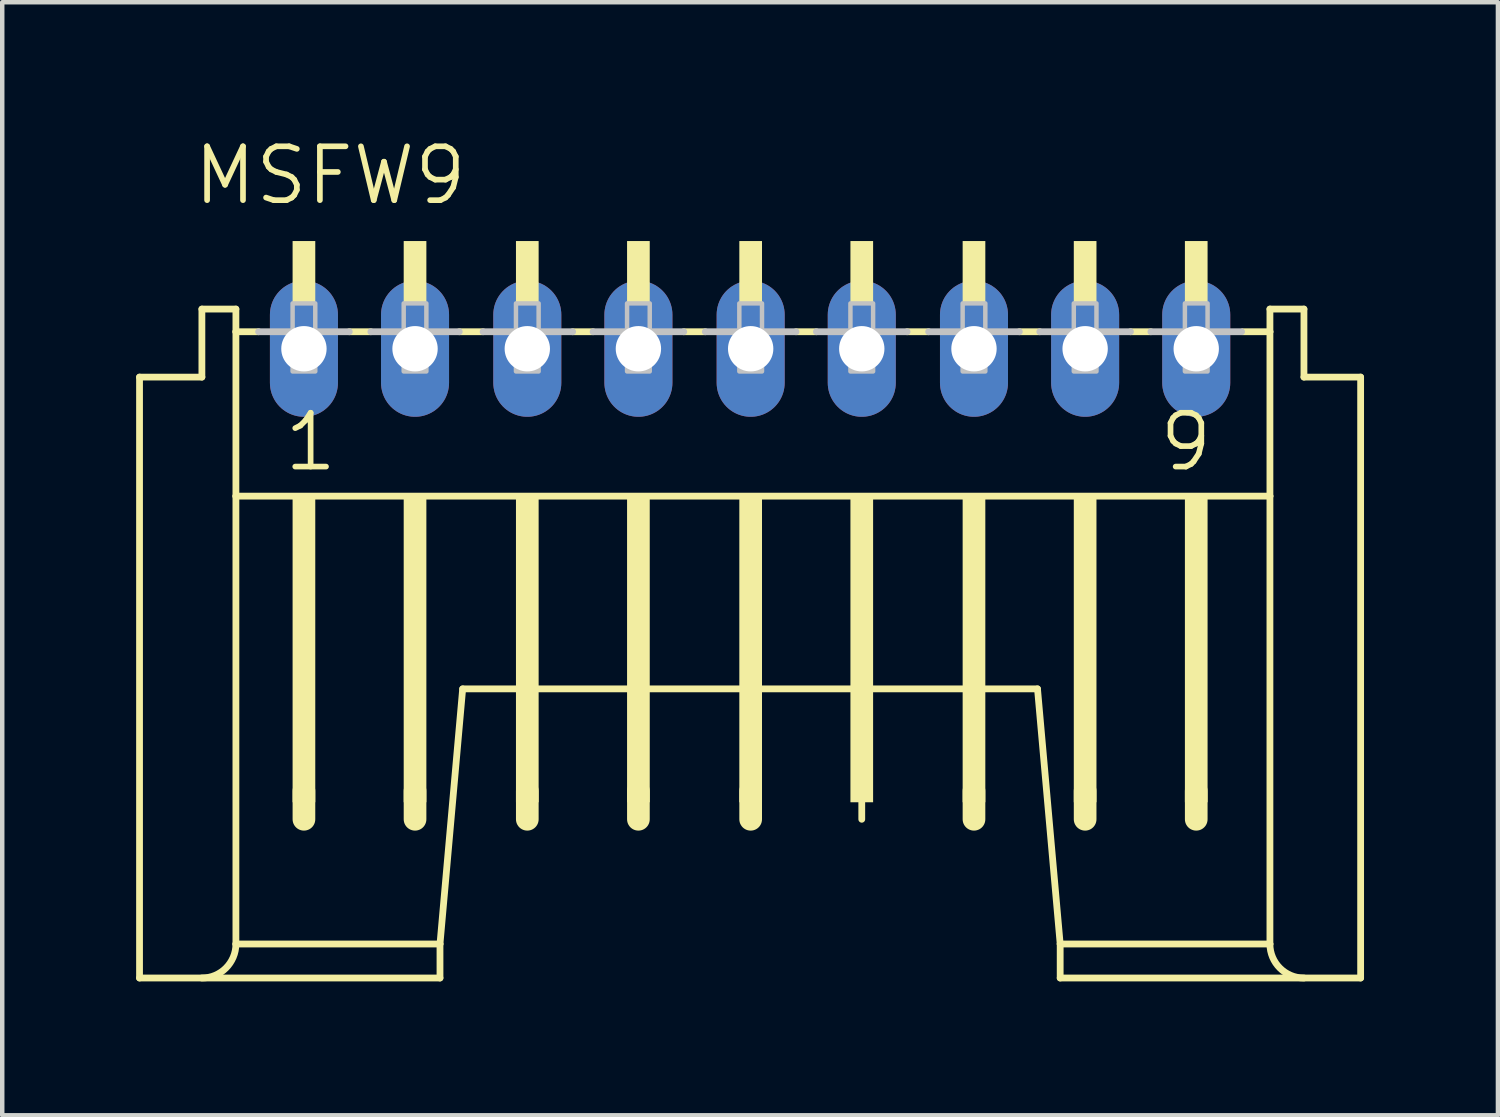
<source format=kicad_pcb>
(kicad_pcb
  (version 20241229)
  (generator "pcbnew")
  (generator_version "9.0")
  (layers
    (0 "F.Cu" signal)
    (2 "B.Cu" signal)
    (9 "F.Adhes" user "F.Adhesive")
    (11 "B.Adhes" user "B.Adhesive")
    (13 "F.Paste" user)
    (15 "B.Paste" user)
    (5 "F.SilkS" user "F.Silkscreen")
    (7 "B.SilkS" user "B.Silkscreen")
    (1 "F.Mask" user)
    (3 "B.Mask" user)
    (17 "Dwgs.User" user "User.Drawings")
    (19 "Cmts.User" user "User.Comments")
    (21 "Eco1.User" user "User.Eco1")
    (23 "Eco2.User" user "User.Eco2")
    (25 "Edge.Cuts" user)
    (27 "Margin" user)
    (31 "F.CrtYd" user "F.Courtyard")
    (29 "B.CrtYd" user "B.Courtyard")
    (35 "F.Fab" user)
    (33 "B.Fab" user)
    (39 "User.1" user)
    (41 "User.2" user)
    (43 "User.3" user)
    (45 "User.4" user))
  (footprint "MSFW9"
    (layer "F.Cu")
    (at 3.759 6.668)
    (property "Reference" "MSFW9" (at -2.54 -5.08 0) (layer "F.SilkS") (effects (font (size 1.206 1.206) (thickness 0.127)) (justify left bottom)))
    (attr through_hole)
    (fp_line (start -3.683 12.192) (end -3.683 -1.27) (stroke (width 0.152) (type solid)) (layer "F.SilkS"))
    (fp_line (start -3.683 12.192) (end 3.048 12.192) (stroke (width 0.152) (type solid)) (layer "F.SilkS"))
    (fp_line (start -2.286 -1.27) (end -3.683 -1.27) (stroke (width 0.152) (type solid)) (layer "F.SilkS"))
    (fp_line (start -2.286 -1.27) (end -2.286 -2.794) (stroke (width 0.152) (type solid)) (layer "F.SilkS"))
    (fp_line (start -1.524 -2.794) (end -2.286 -2.794) (stroke (width 0.152) (type solid)) (layer "F.SilkS"))
    (fp_line (start -1.524 -2.286) (end -1.524 -2.794) (stroke (width 0.152) (type solid)) (layer "F.SilkS"))
    (fp_line (start -1.524 1.397) (end -1.524 -2.286) (stroke (width 0.152) (type solid)) (layer "F.SilkS"))
    (fp_line (start -1.524 11.43) (end -1.524 1.397) (stroke (width 0.152) (type solid)) (layer "F.SilkS"))
    (fp_line (start -1.524 11.43) (end 3.048 11.43) (stroke (width 0.152) (type solid)) (layer "F.SilkS"))
    (fp_line (start -1.016 -2.286) (end -1.524 -2.286) (stroke (width 0.152) (type solid)) (layer "F.SilkS"))
    (fp_line (start 0 8.001) (end 0 8.636) (stroke (width 0.508) (type solid)) (layer "F.SilkS"))
    (fp_line (start 1.499 -2.286) (end 1.016 -2.286) (stroke (width 0.152) (type solid)) (layer "F.SilkS"))
    (fp_line (start 2.489 8.001) (end 2.489 8.636) (stroke (width 0.508) (type solid)) (layer "F.SilkS"))
    (fp_line (start 3.048 11.43) (end 3.556 5.715) (stroke (width 0.152) (type solid)) (layer "F.SilkS"))
    (fp_line (start 3.048 12.192) (end 3.048 11.43) (stroke (width 0.152) (type solid)) (layer "F.SilkS"))
    (fp_line (start 3.556 5.715) (end 16.434 5.715) (stroke (width 0.152) (type solid)) (layer "F.SilkS"))
    (fp_line (start 4.013 -2.286) (end 3.48 -2.286) (stroke (width 0.152) (type solid)) (layer "F.SilkS"))
    (fp_line (start 5.004 8.001) (end 5.004 8.636) (stroke (width 0.508) (type solid)) (layer "F.SilkS"))
    (fp_line (start 6.477 -2.286) (end 6.02 -2.286) (stroke (width 0.152) (type solid)) (layer "F.SilkS"))
    (fp_line (start 7.493 8.001) (end 7.493 8.636) (stroke (width 0.508) (type solid)) (layer "F.SilkS"))
    (fp_line (start 8.992 -2.286) (end 8.509 -2.286) (stroke (width 0.152) (type solid)) (layer "F.SilkS"))
    (fp_line (start 10.008 8.001) (end 10.008 8.636) (stroke (width 0.508) (type solid)) (layer "F.SilkS"))
    (fp_line (start 11.481 -2.286) (end 11.024 -2.286) (stroke (width 0.152) (type solid)) (layer "F.SilkS"))
    (fp_line (start 12.497 8.001) (end 12.497 8.636) (stroke (width 0.152) (type solid)) (layer "F.SilkS"))
    (fp_line (start 13.995 -2.286) (end 13.513 -2.286) (stroke (width 0.152) (type solid)) (layer "F.SilkS"))
    (fp_line (start 15.011 8.001) (end 15.011 8.636) (stroke (width 0.508) (type solid)) (layer "F.SilkS"))
    (fp_line (start 16.485 -2.286) (end 16.027 -2.286) (stroke (width 0.152) (type solid)) (layer "F.SilkS"))
    (fp_line (start 16.942 11.43) (end 16.434 5.715) (stroke (width 0.152) (type solid)) (layer "F.SilkS"))
    (fp_line (start 16.942 12.192) (end 16.942 11.43) (stroke (width 0.152) (type solid)) (layer "F.SilkS"))
    (fp_line (start 16.942 12.192) (end 23.673 12.192) (stroke (width 0.152) (type solid)) (layer "F.SilkS"))
    (fp_line (start 17.501 8.001) (end 17.501 8.636) (stroke (width 0.508) (type solid)) (layer "F.SilkS"))
    (fp_line (start 18.974 -2.286) (end 18.517 -2.286) (stroke (width 0.152) (type solid)) (layer "F.SilkS"))
    (fp_line (start 19.99 8.001) (end 19.99 8.636) (stroke (width 0.508) (type solid)) (layer "F.SilkS"))
    (fp_line (start 21.641 -2.794) (end 21.641 -2.286) (stroke (width 0.152) (type solid)) (layer "F.SilkS"))
    (fp_line (start 21.641 -2.286) (end 21.031 -2.286) (stroke (width 0.152) (type solid)) (layer "F.SilkS"))
    (fp_line (start 21.641 -2.286) (end 21.641 1.397) (stroke (width 0.152) (type solid)) (layer "F.SilkS"))
    (fp_line (start 21.641 1.397) (end -1.524 1.397) (stroke (width 0.152) (type solid)) (layer "F.SilkS"))
    (fp_line (start 21.641 1.397) (end 21.641 11.43) (stroke (width 0.152) (type solid)) (layer "F.SilkS"))
    (fp_line (start 21.641 11.43) (end 16.942 11.43) (stroke (width 0.152) (type solid)) (layer "F.SilkS"))
    (fp_line (start 22.403 -2.794) (end 21.641 -2.794) (stroke (width 0.152) (type solid)) (layer "F.SilkS"))
    (fp_line (start 22.403 -2.794) (end 22.403 -1.27) (stroke (width 0.152) (type solid)) (layer "F.SilkS"))
    (fp_line (start 23.673 -1.27) (end 22.403 -1.27) (stroke (width 0.152) (type solid)) (layer "F.SilkS"))
    (fp_line (start 23.673 -1.27) (end 23.673 12.192) (stroke (width 0.152) (type solid)) (layer "F.SilkS"))
    (fp_arc (start -1.524 11.43) (mid -1.747185 11.968815) (end -2.286 12.192) (stroke (width 0.1524) (type solid)) (layer "F.SilkS"))
    (fp_arc (start 22.4028 12.192) (mid 21.863985 11.968815) (end 21.6408 11.43) (stroke (width 0.1524) (type solid)) (layer "F.SilkS"))
    (fp_poly (pts (xy -0.254 -2.921) (xy 0.254 -2.921) (xy 0.254 -4.318) (xy -0.254 -4.318)) (stroke (width 0) (type solid)) (fill yes) (layer "F.SilkS"))
    (fp_poly (pts (xy -0.254 8.255) (xy 0.254 8.255) (xy 0.254 1.397) (xy -0.254 1.397)) (stroke (width 0) (type solid)) (fill yes) (layer "F.SilkS"))
    (fp_poly (pts (xy 2.235 -2.921) (xy 2.743 -2.921) (xy 2.743 -4.318) (xy 2.235 -4.318)) (stroke (width 0) (type solid)) (fill yes) (layer "F.SilkS"))
    (fp_poly (pts (xy 2.235 8.255) (xy 2.743 8.255) (xy 2.743 1.397) (xy 2.235 1.397)) (stroke (width 0) (type solid)) (fill yes) (layer "F.SilkS"))
    (fp_poly (pts (xy 4.75 -2.921) (xy 5.258 -2.921) (xy 5.258 -4.318) (xy 4.75 -4.318)) (stroke (width 0) (type solid)) (fill yes) (layer "F.SilkS"))
    (fp_poly (pts (xy 4.75 8.255) (xy 5.258 8.255) (xy 5.258 1.397) (xy 4.75 1.397)) (stroke (width 0) (type solid)) (fill yes) (layer "F.SilkS"))
    (fp_poly (pts (xy 7.239 -2.921) (xy 7.747 -2.921) (xy 7.747 -4.318) (xy 7.239 -4.318)) (stroke (width 0) (type solid)) (fill yes) (layer "F.SilkS"))
    (fp_poly (pts (xy 7.239 8.255) (xy 7.747 8.255) (xy 7.747 1.397) (xy 7.239 1.397)) (stroke (width 0) (type solid)) (fill yes) (layer "F.SilkS"))
    (fp_poly (pts (xy 9.754 -2.921) (xy 10.262 -2.921) (xy 10.262 -4.318) (xy 9.754 -4.318)) (stroke (width 0) (type solid)) (fill yes) (layer "F.SilkS"))
    (fp_poly (pts (xy 9.754 8.255) (xy 10.262 8.255) (xy 10.262 1.397) (xy 9.754 1.397)) (stroke (width 0) (type solid)) (fill yes) (layer "F.SilkS"))
    (fp_poly (pts (xy 12.243 -2.921) (xy 12.751 -2.921) (xy 12.751 -4.318) (xy 12.243 -4.318)) (stroke (width 0) (type solid)) (fill yes) (layer "F.SilkS"))
    (fp_poly (pts (xy 12.243 8.255) (xy 12.751 8.255) (xy 12.751 1.397) (xy 12.243 1.397)) (stroke (width 0) (type solid)) (fill yes) (layer "F.SilkS"))
    (fp_poly (pts (xy 14.757 -2.921) (xy 15.265 -2.921) (xy 15.265 -4.318) (xy 14.757 -4.318)) (stroke (width 0) (type solid)) (fill yes) (layer "F.SilkS"))
    (fp_poly (pts (xy 14.757 8.255) (xy 15.265 8.255) (xy 15.265 1.397) (xy 14.757 1.397)) (stroke (width 0) (type solid)) (fill yes) (layer "F.SilkS"))
    (fp_poly (pts (xy 17.247 -2.921) (xy 17.755 -2.921) (xy 17.755 -4.318) (xy 17.247 -4.318)) (stroke (width 0) (type solid)) (fill yes) (layer "F.SilkS"))
    (fp_poly (pts (xy 17.247 8.255) (xy 17.755 8.255) (xy 17.755 1.397) (xy 17.247 1.397)) (stroke (width 0) (type solid)) (fill yes) (layer "F.SilkS"))
    (fp_poly (pts (xy 19.736 -2.921) (xy 20.244 -2.921) (xy 20.244 -4.318) (xy 19.736 -4.318)) (stroke (width 0) (type solid)) (fill yes) (layer "F.SilkS"))
    (fp_poly (pts (xy 19.736 8.255) (xy 20.244 8.255) (xy 20.244 1.397) (xy 19.736 1.397)) (stroke (width 0) (type solid)) (fill yes) (layer "F.SilkS"))
    (fp_line (start -1.016 -2.286) (end 1.016 -2.286) (stroke (width 0.152) (type solid)) (layer "Dwgs.User"))
    (fp_line (start 1.499 -2.286) (end 3.48 -2.286) (stroke (width 0.152) (type solid)) (layer "Dwgs.User"))
    (fp_line (start 4.013 -2.286) (end 6.02 -2.286) (stroke (width 0.152) (type solid)) (layer "Dwgs.User"))
    (fp_line (start 6.477 -2.286) (end 8.509 -2.286) (stroke (width 0.152) (type solid)) (layer "Dwgs.User"))
    (fp_line (start 8.992 -2.286) (end 11.024 -2.286) (stroke (width 0.152) (type solid)) (layer "Dwgs.User"))
    (fp_line (start 11.481 -2.286) (end 13.513 -2.286) (stroke (width 0.152) (type solid)) (layer "Dwgs.User"))
    (fp_line (start 13.995 -2.286) (end 16.027 -2.286) (stroke (width 0.152) (type solid)) (layer "Dwgs.User"))
    (fp_line (start 16.485 -2.286) (end 18.517 -2.286) (stroke (width 0.152) (type solid)) (layer "Dwgs.User"))
    (fp_line (start 18.974 -2.286) (end 21.006 -2.286) (stroke (width 0.152) (type solid)) (layer "Dwgs.User"))
    (fp_poly (pts (xy -0.254 -1.397) (xy 0.254 -1.397) (xy 0.254 -2.921) (xy -0.254 -2.921)) (stroke (width 0.1) (type solid)) (fill no) (layer "Dwgs.User"))
    (fp_poly (pts (xy 2.235 -1.397) (xy 2.743 -1.397) (xy 2.743 -2.921) (xy 2.235 -2.921)) (stroke (width 0.1) (type solid)) (fill no) (layer "Dwgs.User"))
    (fp_poly (pts (xy 4.75 -1.397) (xy 5.258 -1.397) (xy 5.258 -2.921) (xy 4.75 -2.921)) (stroke (width 0.1) (type solid)) (fill no) (layer "Dwgs.User"))
    (fp_poly (pts (xy 7.239 -1.397) (xy 7.747 -1.397) (xy 7.747 -2.921) (xy 7.239 -2.921)) (stroke (width 0.1) (type solid)) (fill no) (layer "Dwgs.User"))
    (fp_poly (pts (xy 9.754 -1.397) (xy 10.262 -1.397) (xy 10.262 -2.921) (xy 9.754 -2.921)) (stroke (width 0.1) (type solid)) (fill no) (layer "Dwgs.User"))
    (fp_poly (pts (xy 12.243 -1.397) (xy 12.751 -1.397) (xy 12.751 -2.921) (xy 12.243 -2.921)) (stroke (width 0.1) (type solid)) (fill no) (layer "Dwgs.User"))
    (fp_poly (pts (xy 14.757 -1.397) (xy 15.265 -1.397) (xy 15.265 -2.921) (xy 14.757 -2.921)) (stroke (width 0.1) (type solid)) (fill no) (layer "Dwgs.User"))
    (fp_poly (pts (xy 17.247 -1.397) (xy 17.755 -1.397) (xy 17.755 -2.921) (xy 17.247 -2.921)) (stroke (width 0.1) (type solid)) (fill no) (layer "Dwgs.User"))
    (fp_poly (pts (xy 19.736 -1.397) (xy 20.244 -1.397) (xy 20.244 -2.921) (xy 19.736 -2.921)) (stroke (width 0.1) (type solid)) (fill no) (layer "Dwgs.User"))
    (fp_text user "1" (at -0.508 0.889 0) (layer "F.SilkS") (effects (font (size 1.206 1.206) (thickness 0.127)) (justify left bottom)))
    (fp_text user "9" (at 19.101 0.889 0) (layer "F.SilkS") (effects (font (size 1.206 1.206) (thickness 0.127)) (justify left bottom)))
    (pad "1" thru_hole oval (at 0 -1.905 90) (size 3.048 1.524) (drill 1.016) (layers "*.Cu" "*.Mask"))
    (pad "2" thru_hole oval (at 2.489 -1.905 90) (size 3.048 1.524) (drill 1.016) (layers "*.Cu" "*.Mask"))
    (pad "3" thru_hole oval (at 5.004 -1.905 90) (size 3.048 1.524) (drill 1.016) (layers "*.Cu" "*.Mask"))
    (pad "4" thru_hole oval (at 7.493 -1.905 90) (size 3.048 1.524) (drill 1.016) (layers "*.Cu" "*.Mask"))
    (pad "5" thru_hole oval (at 10.008 -1.905 90) (size 3.048 1.524) (drill 1.016) (layers "*.Cu" "*.Mask"))
    (pad "6" thru_hole oval (at 12.497 -1.905 90) (size 3.048 1.524) (drill 1.016) (layers "*.Cu" "*.Mask"))
    (pad "7" thru_hole oval (at 15.011 -1.905 90) (size 3.048 1.524) (drill 1.016) (layers "*.Cu" "*.Mask"))
    (pad "8" thru_hole oval (at 17.501 -1.905 90) (size 3.048 1.524) (drill 1.016) (layers "*.Cu" "*.Mask"))
    (pad "9" thru_hole oval (at 19.99 -1.905 90) (size 3.048 1.524) (drill 1.016) (layers "*.Cu" "*.Mask")))
  (gr_rect
    (start -3 -3)
    (end 30.508 21.936)
    (stroke (width 0.1) (type default))
    (fill no)
    (layer "Edge.Cuts")))
</source>
